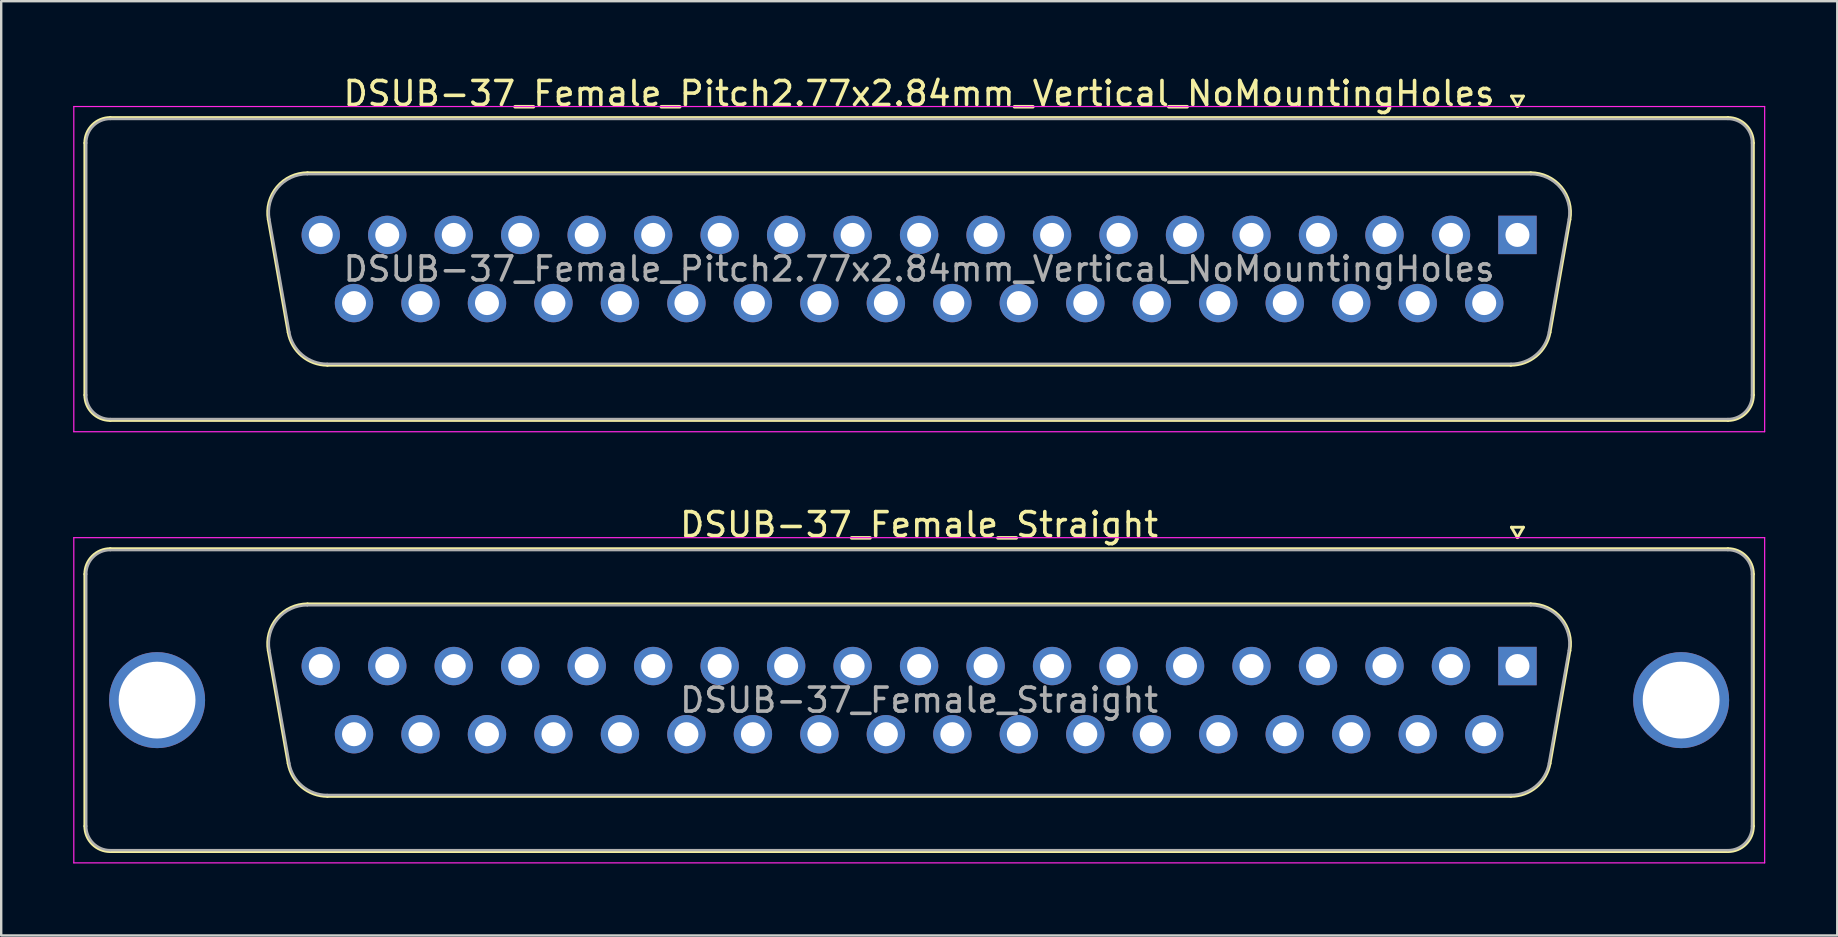
<source format=kicad_pcb>
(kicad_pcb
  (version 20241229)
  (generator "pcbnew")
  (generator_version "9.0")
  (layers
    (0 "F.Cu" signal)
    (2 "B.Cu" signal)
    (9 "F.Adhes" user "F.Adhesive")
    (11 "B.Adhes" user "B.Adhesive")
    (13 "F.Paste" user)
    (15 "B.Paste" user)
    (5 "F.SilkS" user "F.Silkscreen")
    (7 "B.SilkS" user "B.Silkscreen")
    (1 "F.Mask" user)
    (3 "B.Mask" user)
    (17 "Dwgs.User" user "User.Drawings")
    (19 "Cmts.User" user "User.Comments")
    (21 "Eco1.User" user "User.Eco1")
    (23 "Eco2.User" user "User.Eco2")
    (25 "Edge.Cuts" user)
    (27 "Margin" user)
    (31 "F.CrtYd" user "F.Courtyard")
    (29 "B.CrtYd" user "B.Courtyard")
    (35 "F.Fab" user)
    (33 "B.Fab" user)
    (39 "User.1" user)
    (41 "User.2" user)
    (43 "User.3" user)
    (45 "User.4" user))
  (footprint "DSUB-37_Female_Pitch2.77x2.84mm_Vertical_NoMountingHoles"
    (layer "F.Cu")
    (at 60.175 6.738)
    (property "Reference" "DSUB-37_Female_Pitch2.77x2.84mm_Vertical_NoMountingHoles" (at -24.93 -5.89 0) (layer "F.SilkS") (effects (font (size 1 1) (thickness 0.15))))
    (attr through_hole)
    (fp_line (start -59.69 6.67) (end -59.69 -3.83) (stroke (width 0.12) (type solid)) (layer "F.SilkS"))
    (fp_line (start -58.63 -4.89) (end 8.77 -4.89) (stroke (width 0.12) (type solid)) (layer "F.SilkS"))
    (fp_line (start -52.046 -0.642) (end -51.218 4.058) (stroke (width 0.12) (type solid)) (layer "F.SilkS"))
    (fp_line (start -50.412 -2.59) (end 0.552 -2.59) (stroke (width 0.12) (type solid)) (layer "F.SilkS"))
    (fp_line (start -49.583 5.43) (end -0.277 5.43) (stroke (width 0.12) (type solid)) (layer "F.SilkS"))
    (fp_line (start -0.25 -5.784) (end 0.25 -5.784) (stroke (width 0.12) (type solid)) (layer "F.SilkS"))
    (fp_line (start 0 -5.351) (end -0.25 -5.784) (stroke (width 0.12) (type solid)) (layer "F.SilkS"))
    (fp_line (start 0.25 -5.784) (end 0 -5.351) (stroke (width 0.12) (type solid)) (layer "F.SilkS"))
    (fp_line (start 2.186 -0.642) (end 1.358 4.058) (stroke (width 0.12) (type solid)) (layer "F.SilkS"))
    (fp_line (start 8.77 7.73) (end -58.63 7.73) (stroke (width 0.12) (type solid)) (layer "F.SilkS"))
    (fp_line (start 9.83 -3.83) (end 9.83 6.67) (stroke (width 0.12) (type solid)) (layer "F.SilkS"))
    (fp_arc (start -59.69 -3.83) (mid -59.379533 -4.579533) (end -58.63 -4.89) (stroke (width 0.12) (type solid)) (layer "F.SilkS"))
    (fp_arc (start -58.63 7.73) (mid -59.379533 7.419533) (end -59.69 6.67) (stroke (width 0.12) (type solid)) (layer "F.SilkS"))
    (fp_arc (start -52.04647 -0.641744) (mid -51.683323 -1.997028) (end -50.411689 -2.59) (stroke (width 0.12) (type solid)) (layer "F.SilkS"))
    (fp_arc (start -49.582952 5.43) (mid -50.649979 5.041634) (end -51.217733 4.058256) (stroke (width 0.12) (type solid)) (layer "F.SilkS"))
    (fp_arc (start 0.551689 -2.59) (mid 1.823323 -1.997027) (end 2.18647 -0.641744) (stroke (width 0.12) (type solid)) (layer "F.SilkS"))
    (fp_arc (start 1.357733 4.058256) (mid 0.78998 5.041634) (end -0.277048 5.43) (stroke (width 0.12) (type solid)) (layer "F.SilkS"))
    (fp_arc (start 8.77 -4.89) (mid 9.519533 -4.579533) (end 9.83 -3.83) (stroke (width 0.12) (type solid)) (layer "F.SilkS"))
    (fp_arc (start 9.83 6.67) (mid 9.519533 7.419533) (end 8.77 7.73) (stroke (width 0.12) (type solid)) (layer "F.SilkS"))
    (fp_line (start -60.15 -5.35) (end -60.15 8.2) (stroke (width 0.05) (type solid)) (layer "F.CrtYd"))
    (fp_line (start -60.15 8.2) (end 10.3 8.2) (stroke (width 0.05) (type solid)) (layer "F.CrtYd"))
    (fp_line (start 10.3 -5.35) (end -60.15 -5.35) (stroke (width 0.05) (type solid)) (layer "F.CrtYd"))
    (fp_line (start 10.3 8.2) (end 10.3 -5.35) (stroke (width 0.05) (type solid)) (layer "F.CrtYd"))
    (fp_line (start -59.63 6.67) (end -59.63 -3.83) (stroke (width 0.1) (type solid)) (layer "F.Fab"))
    (fp_line (start -58.63 -4.83) (end 8.77 -4.83) (stroke (width 0.1) (type solid)) (layer "F.Fab"))
    (fp_line (start -51.999 -0.652) (end -51.17 4.048) (stroke (width 0.1) (type solid)) (layer "F.Fab"))
    (fp_line (start -50.423 -2.53) (end 0.563 -2.53) (stroke (width 0.1) (type solid)) (layer "F.Fab"))
    (fp_line (start -49.594 5.37) (end -0.266 5.37) (stroke (width 0.1) (type solid)) (layer "F.Fab"))
    (fp_line (start 2.139 -0.652) (end 1.31 4.048) (stroke (width 0.1) (type solid)) (layer "F.Fab"))
    (fp_line (start 8.77 7.67) (end -58.63 7.67) (stroke (width 0.1) (type solid)) (layer "F.Fab"))
    (fp_line (start 9.77 -3.83) (end 9.77 6.67) (stroke (width 0.1) (type solid)) (layer "F.Fab"))
    (fp_arc (start -59.63 -3.83) (mid -59.337107 -4.537107) (end -58.63 -4.83) (stroke (width 0.1) (type solid)) (layer "F.Fab"))
    (fp_arc (start -58.63 7.67) (mid -59.337107 7.377107) (end -59.63 6.67) (stroke (width 0.1) (type solid)) (layer "F.Fab"))
    (fp_arc (start -51.998886 -0.652163) (mid -51.648865 -1.95846) (end -50.423194 -2.53) (stroke (width 0.1) (type solid)) (layer "F.Fab"))
    (fp_arc (start -49.594457 5.37) (mid -50.622917 4.995671) (end -51.170149 4.047837) (stroke (width 0.1) (type solid)) (layer "F.Fab"))
    (fp_arc (start 0.563194 -2.53) (mid 1.788865 -1.95846) (end 2.138886 -0.652163) (stroke (width 0.1) (type solid)) (layer "F.Fab"))
    (fp_arc (start 1.310149 4.047837) (mid 0.762917 4.995671) (end -0.265543 5.37) (stroke (width 0.1) (type solid)) (layer "F.Fab"))
    (fp_arc (start 8.77 -4.83) (mid 9.477107 -4.537107) (end 9.77 -3.83) (stroke (width 0.1) (type solid)) (layer "F.Fab"))
    (fp_arc (start 9.77 6.67) (mid 9.477107 7.377107) (end 8.77 7.67) (stroke (width 0.1) (type solid)) (layer "F.Fab"))
    (fp_text user "${REFERENCE}" (at -24.93 1.42 0) (layer "F.Fab") (effects (font (size 1 1) (thickness 0.15))))
    (pad "1" thru_hole rect (at 0 0) (size 1.6 1.6) (drill 1) (layers "*.Cu" "*.Mask"))
    (pad "2" thru_hole circle (at -2.77 0) (size 1.6 1.6) (drill 1) (layers "*.Cu" "*.Mask"))
    (pad "3" thru_hole circle (at -5.54 0) (size 1.6 1.6) (drill 1) (layers "*.Cu" "*.Mask"))
    (pad "4" thru_hole circle (at -8.31 0) (size 1.6 1.6) (drill 1) (layers "*.Cu" "*.Mask"))
    (pad "5" thru_hole circle (at -11.08 0) (size 1.6 1.6) (drill 1) (layers "*.Cu" "*.Mask"))
    (pad "6" thru_hole circle (at -13.85 0) (size 1.6 1.6) (drill 1) (layers "*.Cu" "*.Mask"))
    (pad "7" thru_hole circle (at -16.62 0) (size 1.6 1.6) (drill 1) (layers "*.Cu" "*.Mask"))
    (pad "8" thru_hole circle (at -19.39 0) (size 1.6 1.6) (drill 1) (layers "*.Cu" "*.Mask"))
    (pad "9" thru_hole circle (at -22.16 0) (size 1.6 1.6) (drill 1) (layers "*.Cu" "*.Mask"))
    (pad "10" thru_hole circle (at -24.93 0) (size 1.6 1.6) (drill 1) (layers "*.Cu" "*.Mask"))
    (pad "11" thru_hole circle (at -27.7 0) (size 1.6 1.6) (drill 1) (layers "*.Cu" "*.Mask"))
    (pad "12" thru_hole circle (at -30.47 0) (size 1.6 1.6) (drill 1) (layers "*.Cu" "*.Mask"))
    (pad "13" thru_hole circle (at -33.24 0) (size 1.6 1.6) (drill 1) (layers "*.Cu" "*.Mask"))
    (pad "14" thru_hole circle (at -36.01 0) (size 1.6 1.6) (drill 1) (layers "*.Cu" "*.Mask"))
    (pad "15" thru_hole circle (at -38.78 0) (size 1.6 1.6) (drill 1) (layers "*.Cu" "*.Mask"))
    (pad "16" thru_hole circle (at -41.55 0) (size 1.6 1.6) (drill 1) (layers "*.Cu" "*.Mask"))
    (pad "17" thru_hole circle (at -44.32 0) (size 1.6 1.6) (drill 1) (layers "*.Cu" "*.Mask"))
    (pad "18" thru_hole circle (at -47.09 0) (size 1.6 1.6) (drill 1) (layers "*.Cu" "*.Mask"))
    (pad "19" thru_hole circle (at -49.86 0) (size 1.6 1.6) (drill 1) (layers "*.Cu" "*.Mask"))
    (pad "20" thru_hole circle (at -1.385 2.84) (size 1.6 1.6) (drill 1) (layers "*.Cu" "*.Mask"))
    (pad "21" thru_hole circle (at -4.155 2.84) (size 1.6 1.6) (drill 1) (layers "*.Cu" "*.Mask"))
    (pad "22" thru_hole circle (at -6.925 2.84) (size 1.6 1.6) (drill 1) (layers "*.Cu" "*.Mask"))
    (pad "23" thru_hole circle (at -9.695 2.84) (size 1.6 1.6) (drill 1) (layers "*.Cu" "*.Mask"))
    (pad "24" thru_hole circle (at -12.465 2.84) (size 1.6 1.6) (drill 1) (layers "*.Cu" "*.Mask"))
    (pad "25" thru_hole circle (at -15.235 2.84) (size 1.6 1.6) (drill 1) (layers "*.Cu" "*.Mask"))
    (pad "26" thru_hole circle (at -18.005 2.84) (size 1.6 1.6) (drill 1) (layers "*.Cu" "*.Mask"))
    (pad "27" thru_hole circle (at -20.775 2.84) (size 1.6 1.6) (drill 1) (layers "*.Cu" "*.Mask"))
    (pad "28" thru_hole circle (at -23.545 2.84) (size 1.6 1.6) (drill 1) (layers "*.Cu" "*.Mask"))
    (pad "29" thru_hole circle (at -26.315 2.84) (size 1.6 1.6) (drill 1) (layers "*.Cu" "*.Mask"))
    (pad "30" thru_hole circle (at -29.085 2.84) (size 1.6 1.6) (drill 1) (layers "*.Cu" "*.Mask"))
    (pad "31" thru_hole circle (at -31.855 2.84) (size 1.6 1.6) (drill 1) (layers "*.Cu" "*.Mask"))
    (pad "32" thru_hole circle (at -34.625 2.84) (size 1.6 1.6) (drill 1) (layers "*.Cu" "*.Mask"))
    (pad "33" thru_hole circle (at -37.395 2.84) (size 1.6 1.6) (drill 1) (layers "*.Cu" "*.Mask"))
    (pad "34" thru_hole circle (at -40.165 2.84) (size 1.6 1.6) (drill 1) (layers "*.Cu" "*.Mask"))
    (pad "35" thru_hole circle (at -42.935 2.84) (size 1.6 1.6) (drill 1) (layers "*.Cu" "*.Mask"))
    (pad "36" thru_hole circle (at -45.705 2.84) (size 1.6 1.6) (drill 1) (layers "*.Cu" "*.Mask"))
    (pad "37" thru_hole circle (at -48.475 2.84) (size 1.6 1.6) (drill 1) (layers "*.Cu" "*.Mask")))
  (footprint "DSUB-37_Female_Straight"
    (layer "F.Cu")
    (at 60.175 24.701)
    (property "Reference" "DSUB-37_Female_Straight" (at -24.93 -5.89 0) (layer "F.SilkS") (effects (font (size 1 1) (thickness 0.15))))
    (attr through_hole)
    (fp_line (start -59.69 6.67) (end -59.69 -3.83) (stroke (width 0.12) (type solid)) (layer "F.SilkS"))
    (fp_line (start -58.63 -4.89) (end 8.77 -4.89) (stroke (width 0.12) (type solid)) (layer "F.SilkS"))
    (fp_line (start -52.046 -0.642) (end -51.218 4.058) (stroke (width 0.12) (type solid)) (layer "F.SilkS"))
    (fp_line (start -50.412 -2.59) (end 0.552 -2.59) (stroke (width 0.12) (type solid)) (layer "F.SilkS"))
    (fp_line (start -49.583 5.43) (end -0.277 5.43) (stroke (width 0.12) (type solid)) (layer "F.SilkS"))
    (fp_line (start -0.25 -5.784) (end 0.25 -5.784) (stroke (width 0.12) (type solid)) (layer "F.SilkS"))
    (fp_line (start 0 -5.351) (end -0.25 -5.784) (stroke (width 0.12) (type solid)) (layer "F.SilkS"))
    (fp_line (start 0.25 -5.784) (end 0 -5.351) (stroke (width 0.12) (type solid)) (layer "F.SilkS"))
    (fp_line (start 2.186 -0.642) (end 1.358 4.058) (stroke (width 0.12) (type solid)) (layer "F.SilkS"))
    (fp_line (start 8.77 7.73) (end -58.63 7.73) (stroke (width 0.12) (type solid)) (layer "F.SilkS"))
    (fp_line (start 9.83 -3.83) (end 9.83 6.67) (stroke (width 0.12) (type solid)) (layer "F.SilkS"))
    (fp_arc (start -59.69 -3.83) (mid -59.379533 -4.579533) (end -58.63 -4.89) (stroke (width 0.12) (type solid)) (layer "F.SilkS"))
    (fp_arc (start -58.63 7.73) (mid -59.379533 7.419533) (end -59.69 6.67) (stroke (width 0.12) (type solid)) (layer "F.SilkS"))
    (fp_arc (start -52.04647 -0.641744) (mid -51.683323 -1.997028) (end -50.411689 -2.59) (stroke (width 0.12) (type solid)) (layer "F.SilkS"))
    (fp_arc (start -49.582952 5.43) (mid -50.649979 5.041634) (end -51.217733 4.058256) (stroke (width 0.12) (type solid)) (layer "F.SilkS"))
    (fp_arc (start 0.551689 -2.59) (mid 1.823323 -1.997027) (end 2.18647 -0.641744) (stroke (width 0.12) (type solid)) (layer "F.SilkS"))
    (fp_arc (start 1.357733 4.058256) (mid 0.78998 5.041634) (end -0.277048 5.43) (stroke (width 0.12) (type solid)) (layer "F.SilkS"))
    (fp_arc (start 8.77 -4.89) (mid 9.519533 -4.579533) (end 9.83 -3.83) (stroke (width 0.12) (type solid)) (layer "F.SilkS"))
    (fp_arc (start 9.83 6.67) (mid 9.519533 7.419533) (end 8.77 7.73) (stroke (width 0.12) (type solid)) (layer "F.SilkS"))
    (fp_line (start -60.15 -5.35) (end -60.15 8.2) (stroke (width 0.05) (type solid)) (layer "F.CrtYd"))
    (fp_line (start -60.15 8.2) (end 10.3 8.2) (stroke (width 0.05) (type solid)) (layer "F.CrtYd"))
    (fp_line (start 10.3 -5.35) (end -60.15 -5.35) (stroke (width 0.05) (type solid)) (layer "F.CrtYd"))
    (fp_line (start 10.3 8.2) (end 10.3 -5.35) (stroke (width 0.05) (type solid)) (layer "F.CrtYd"))
    (fp_line (start -59.63 6.67) (end -59.63 -3.83) (stroke (width 0.1) (type solid)) (layer "F.Fab"))
    (fp_line (start -58.63 -4.83) (end 8.77 -4.83) (stroke (width 0.1) (type solid)) (layer "F.Fab"))
    (fp_line (start -51.999 -0.652) (end -51.17 4.048) (stroke (width 0.1) (type solid)) (layer "F.Fab"))
    (fp_line (start -50.423 -2.53) (end 0.563 -2.53) (stroke (width 0.1) (type solid)) (layer "F.Fab"))
    (fp_line (start -49.594 5.37) (end -0.266 5.37) (stroke (width 0.1) (type solid)) (layer "F.Fab"))
    (fp_line (start 2.139 -0.652) (end 1.31 4.048) (stroke (width 0.1) (type solid)) (layer "F.Fab"))
    (fp_line (start 8.77 7.67) (end -58.63 7.67) (stroke (width 0.1) (type solid)) (layer "F.Fab"))
    (fp_line (start 9.77 -3.83) (end 9.77 6.67) (stroke (width 0.1) (type solid)) (layer "F.Fab"))
    (fp_arc (start -59.63 -3.83) (mid -59.337107 -4.537107) (end -58.63 -4.83) (stroke (width 0.1) (type solid)) (layer "F.Fab"))
    (fp_arc (start -58.63 7.67) (mid -59.337107 7.377107) (end -59.63 6.67) (stroke (width 0.1) (type solid)) (layer "F.Fab"))
    (fp_arc (start -51.998886 -0.652163) (mid -51.648865 -1.95846) (end -50.423194 -2.53) (stroke (width 0.1) (type solid)) (layer "F.Fab"))
    (fp_arc (start -49.594457 5.37) (mid -50.622917 4.995671) (end -51.170149 4.047837) (stroke (width 0.1) (type solid)) (layer "F.Fab"))
    (fp_arc (start 0.563194 -2.53) (mid 1.788865 -1.95846) (end 2.138886 -0.652163) (stroke (width 0.1) (type solid)) (layer "F.Fab"))
    (fp_arc (start 1.310149 4.047837) (mid 0.762917 4.995671) (end -0.265543 5.37) (stroke (width 0.1) (type solid)) (layer "F.Fab"))
    (fp_arc (start 8.77 -4.83) (mid 9.477107 -4.537107) (end 9.77 -3.83) (stroke (width 0.1) (type solid)) (layer "F.Fab"))
    (fp_arc (start 9.77 6.67) (mid 9.477107 7.377107) (end 8.77 7.67) (stroke (width 0.1) (type solid)) (layer "F.Fab"))
    (fp_text user "${REFERENCE}" (at -24.93 1.42 0) (layer "F.Fab") (effects (font (size 1 1) (thickness 0.15))))
    (pad "0" thru_hole circle (at -56.68 1.42) (size 4 4) (drill 3.2) (layers "*.Cu" "*.Mask"))
    (pad "0" thru_hole circle (at 6.82 1.42) (size 4 4) (drill 3.2) (layers "*.Cu" "*.Mask"))
    (pad "1" thru_hole rect (at 0 0) (size 1.6 1.6) (drill 1) (layers "*.Cu" "*.Mask"))
    (pad "2" thru_hole circle (at -2.77 0) (size 1.6 1.6) (drill 1) (layers "*.Cu" "*.Mask"))
    (pad "3" thru_hole circle (at -5.54 0) (size 1.6 1.6) (drill 1) (layers "*.Cu" "*.Mask"))
    (pad "4" thru_hole circle (at -8.31 0) (size 1.6 1.6) (drill 1) (layers "*.Cu" "*.Mask"))
    (pad "5" thru_hole circle (at -11.08 0) (size 1.6 1.6) (drill 1) (layers "*.Cu" "*.Mask"))
    (pad "6" thru_hole circle (at -13.85 0) (size 1.6 1.6) (drill 1) (layers "*.Cu" "*.Mask"))
    (pad "7" thru_hole circle (at -16.62 0) (size 1.6 1.6) (drill 1) (layers "*.Cu" "*.Mask"))
    (pad "8" thru_hole circle (at -19.39 0) (size 1.6 1.6) (drill 1) (layers "*.Cu" "*.Mask"))
    (pad "9" thru_hole circle (at -22.16 0) (size 1.6 1.6) (drill 1) (layers "*.Cu" "*.Mask"))
    (pad "10" thru_hole circle (at -24.93 0) (size 1.6 1.6) (drill 1) (layers "*.Cu" "*.Mask"))
    (pad "11" thru_hole circle (at -27.7 0) (size 1.6 1.6) (drill 1) (layers "*.Cu" "*.Mask"))
    (pad "12" thru_hole circle (at -30.47 0) (size 1.6 1.6) (drill 1) (layers "*.Cu" "*.Mask"))
    (pad "13" thru_hole circle (at -33.24 0) (size 1.6 1.6) (drill 1) (layers "*.Cu" "*.Mask"))
    (pad "14" thru_hole circle (at -36.01 0) (size 1.6 1.6) (drill 1) (layers "*.Cu" "*.Mask"))
    (pad "15" thru_hole circle (at -38.78 0) (size 1.6 1.6) (drill 1) (layers "*.Cu" "*.Mask"))
    (pad "16" thru_hole circle (at -41.55 0) (size 1.6 1.6) (drill 1) (layers "*.Cu" "*.Mask"))
    (pad "17" thru_hole circle (at -44.32 0) (size 1.6 1.6) (drill 1) (layers "*.Cu" "*.Mask"))
    (pad "18" thru_hole circle (at -47.09 0) (size 1.6 1.6) (drill 1) (layers "*.Cu" "*.Mask"))
    (pad "19" thru_hole circle (at -49.86 0) (size 1.6 1.6) (drill 1) (layers "*.Cu" "*.Mask"))
    (pad "20" thru_hole circle (at -1.385 2.84) (size 1.6 1.6) (drill 1) (layers "*.Cu" "*.Mask"))
    (pad "21" thru_hole circle (at -4.155 2.84) (size 1.6 1.6) (drill 1) (layers "*.Cu" "*.Mask"))
    (pad "22" thru_hole circle (at -6.925 2.84) (size 1.6 1.6) (drill 1) (layers "*.Cu" "*.Mask"))
    (pad "23" thru_hole circle (at -9.695 2.84) (size 1.6 1.6) (drill 1) (layers "*.Cu" "*.Mask"))
    (pad "24" thru_hole circle (at -12.465 2.84) (size 1.6 1.6) (drill 1) (layers "*.Cu" "*.Mask"))
    (pad "25" thru_hole circle (at -15.235 2.84) (size 1.6 1.6) (drill 1) (layers "*.Cu" "*.Mask"))
    (pad "26" thru_hole circle (at -18.005 2.84) (size 1.6 1.6) (drill 1) (layers "*.Cu" "*.Mask"))
    (pad "27" thru_hole circle (at -20.775 2.84) (size 1.6 1.6) (drill 1) (layers "*.Cu" "*.Mask"))
    (pad "28" thru_hole circle (at -23.545 2.84) (size 1.6 1.6) (drill 1) (layers "*.Cu" "*.Mask"))
    (pad "29" thru_hole circle (at -26.315 2.84) (size 1.6 1.6) (drill 1) (layers "*.Cu" "*.Mask"))
    (pad "30" thru_hole circle (at -29.085 2.84) (size 1.6 1.6) (drill 1) (layers "*.Cu" "*.Mask"))
    (pad "31" thru_hole circle (at -31.855 2.84) (size 1.6 1.6) (drill 1) (layers "*.Cu" "*.Mask"))
    (pad "32" thru_hole circle (at -34.625 2.84) (size 1.6 1.6) (drill 1) (layers "*.Cu" "*.Mask"))
    (pad "33" thru_hole circle (at -37.395 2.84) (size 1.6 1.6) (drill 1) (layers "*.Cu" "*.Mask"))
    (pad "34" thru_hole circle (at -40.165 2.84) (size 1.6 1.6) (drill 1) (layers "*.Cu" "*.Mask"))
    (pad "35" thru_hole circle (at -42.935 2.84) (size 1.6 1.6) (drill 1) (layers "*.Cu" "*.Mask"))
    (pad "36" thru_hole circle (at -45.705 2.84) (size 1.6 1.6) (drill 1) (layers "*.Cu" "*.Mask"))
    (pad "37" thru_hole circle (at -48.475 2.84) (size 1.6 1.6) (drill 1) (layers "*.Cu" "*.Mask")))
  (gr_rect
    (start -3 -3)
    (end 73.5 35.926)
    (stroke (width 0.1) (type default))
    (fill no)
    (layer "Edge.Cuts")))
</source>
